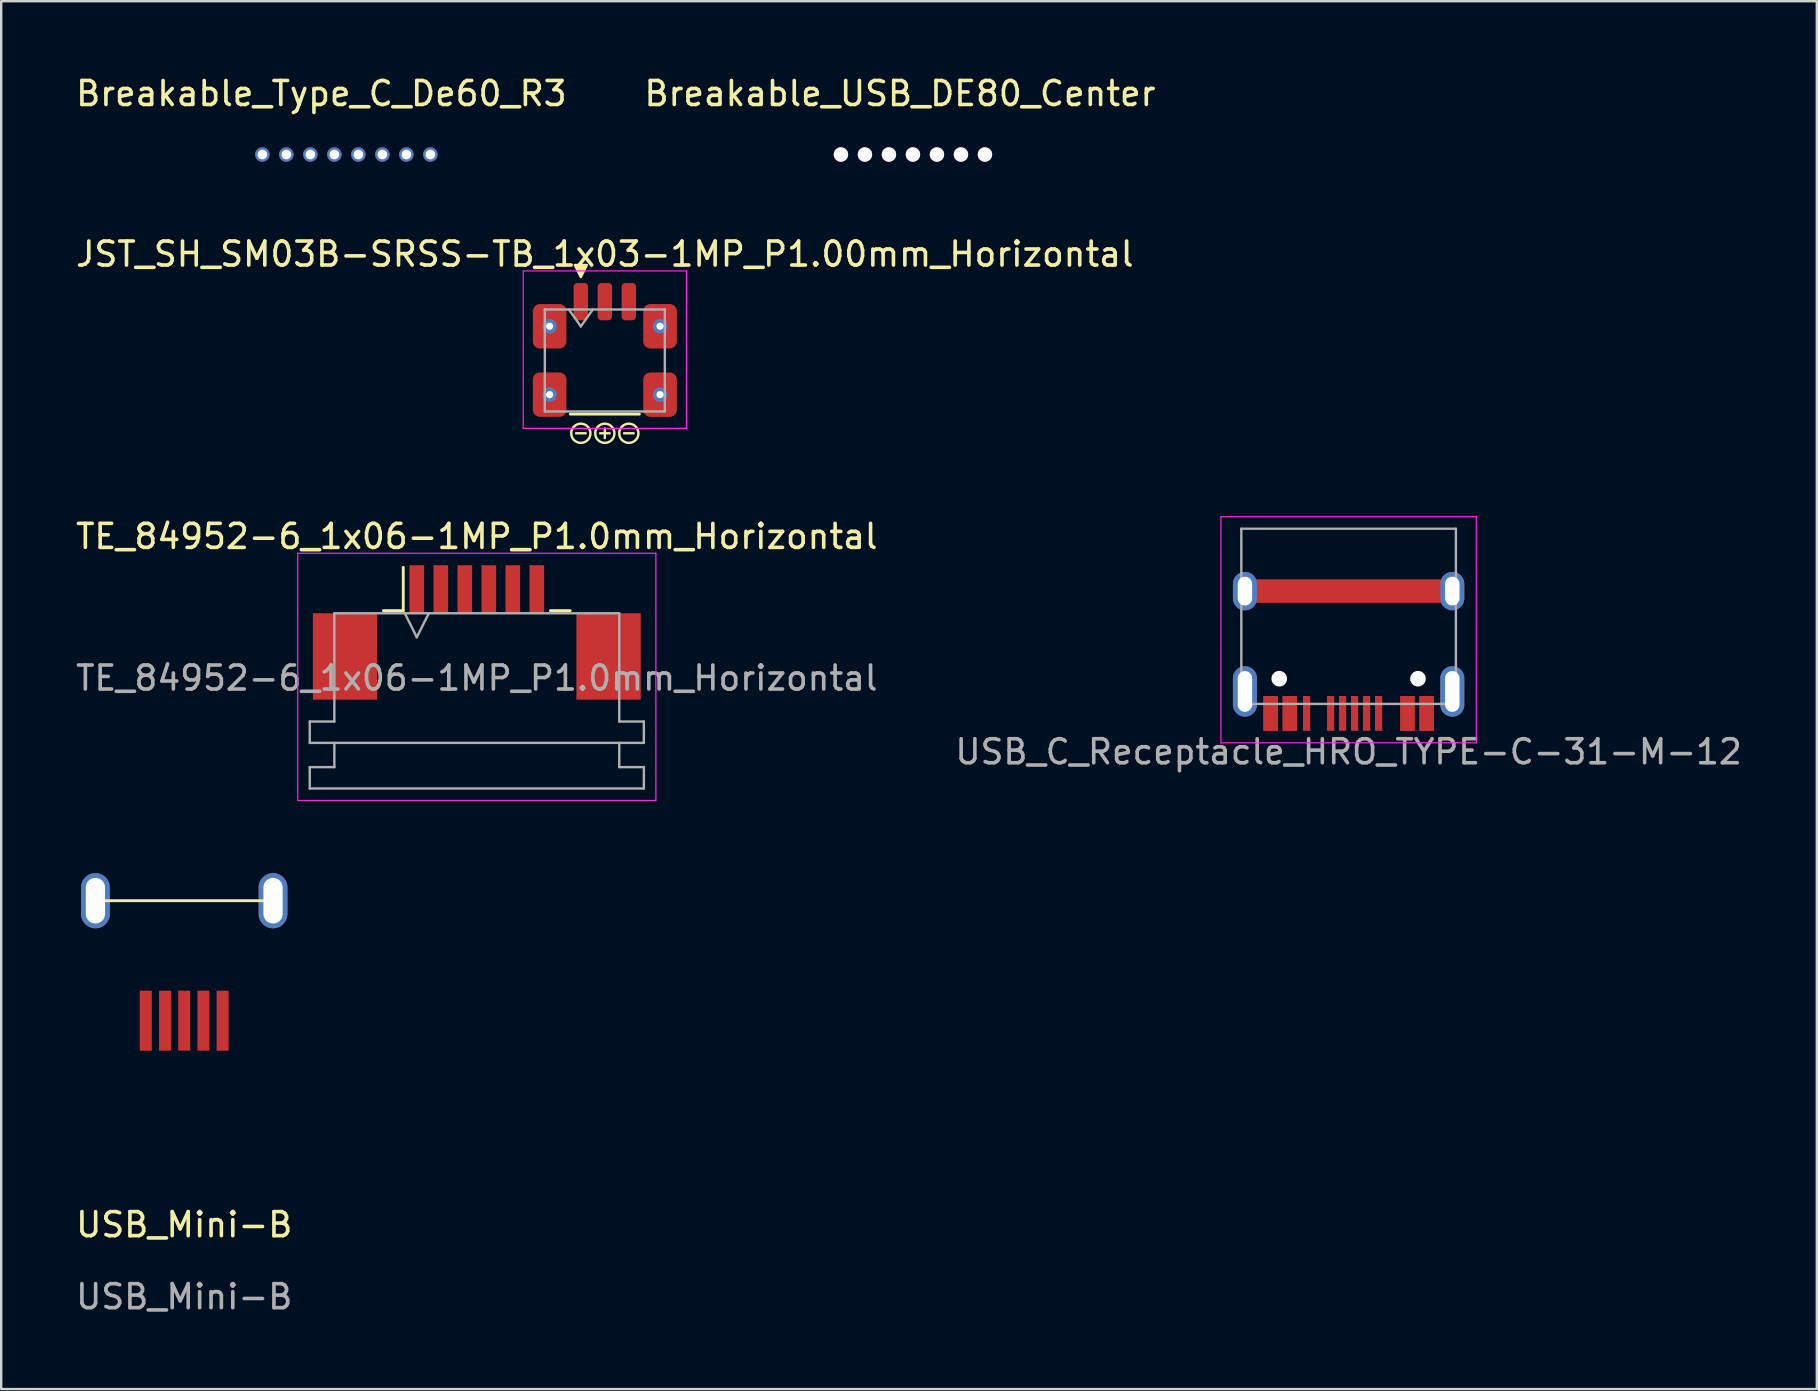
<source format=kicad_pcb>
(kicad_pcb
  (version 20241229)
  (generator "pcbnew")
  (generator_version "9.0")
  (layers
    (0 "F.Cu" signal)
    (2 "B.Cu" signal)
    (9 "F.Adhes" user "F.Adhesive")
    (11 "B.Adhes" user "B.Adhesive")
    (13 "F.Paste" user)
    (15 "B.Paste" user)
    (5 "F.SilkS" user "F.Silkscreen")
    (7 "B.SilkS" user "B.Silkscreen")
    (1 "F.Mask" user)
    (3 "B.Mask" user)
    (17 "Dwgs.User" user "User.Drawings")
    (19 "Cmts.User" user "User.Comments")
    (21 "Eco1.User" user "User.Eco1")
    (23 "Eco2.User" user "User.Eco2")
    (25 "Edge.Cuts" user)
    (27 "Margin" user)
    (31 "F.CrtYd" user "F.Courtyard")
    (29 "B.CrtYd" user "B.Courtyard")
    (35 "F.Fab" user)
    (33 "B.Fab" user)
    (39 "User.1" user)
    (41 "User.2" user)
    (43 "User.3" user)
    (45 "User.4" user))
  (footprint "USB_Mini-B"
    (layer "F.Cu")
    (at 4.625 34.475)
    (property "Reference" "USB_Mini-B" (at 0 13.5 0) (unlocked yes) (layer "F.SilkS") (effects (font (size 1 1) (thickness 0.15))))
    (attr through_hole)
    (fp_line (start 3.7 0) (end -3.7 0) (stroke (width 0.12) (type solid)) (layer "F.SilkS"))
    (fp_text user "${REFERENCE}" (at 0 16.5 0) (unlocked yes) (layer "F.Fab") (effects (font (size 1 1) (thickness 0.15))))
    (pad "1" smd rect (at -1.6 5) (size 0.5 2.5) (layers "F.Cu" "F.Mask" "F.Paste"))
    (pad "2" smd rect (at -0.8 5) (size 0.5 2.5) (layers "F.Cu" "F.Mask" "F.Paste"))
    (pad "3" smd rect (at 0 5) (size 0.5 2.5) (layers "F.Cu" "F.Mask" "F.Paste"))
    (pad "4" smd rect (at 0.8 5) (size 0.5 2.5) (layers "F.Cu" "F.Mask" "F.Paste"))
    (pad "5" smd rect (at 1.6 5) (size 0.5 2.5) (layers "F.Cu" "F.Mask" "F.Paste"))
    (pad "S1" thru_hole oval (at -3.7 0 180) (size 1.2 2.3) (drill oval 0.8 1.9) (layers "*.Cu" "B.Mask"))
    (pad "S1" thru_hole oval (at 3.7 0 180) (size 1.2 2.3) (drill oval 0.8 1.9) (layers "*.Cu" "B.Mask")))
  (footprint "JST_SH_SM03B-SRSS-TB_1x03-1MP_P1.00mm_Horizontal"
    (layer "F.Cu")
    (at 22.149 11.517)
    (property "Reference" "JST_SH_SM03B-SRSS-TB_1x03-1MP_P1.00mm_Horizontal" (at 0 -3.98 0) (layer "F.SilkS") (effects (font (size 1 1) (thickness 0.15))))
    (attr smd)
    (fp_line (start -1.44 2.685) (end 1.44 2.685) (stroke (width 0.12) (type solid)) (layer "F.SilkS"))
    (fp_line (start -1.2 3.485) (end -0.8 3.485) (stroke (width 0.1) (type default)) (layer "F.SilkS"))
    (fp_line (start -0.2 3.485) (end 0.2 3.485) (stroke (width 0.1) (type default)) (layer "F.SilkS"))
    (fp_line (start 0 3.285) (end 0 3.685) (stroke (width 0.1) (type default)) (layer "F.SilkS"))
    (fp_line (start 0.8 3.485) (end 1.2 3.485) (stroke (width 0.1) (type default)) (layer "F.SilkS"))
    (fp_circle (center -1 3.485) (end -1 3.085) (stroke (width 0.1) (type default)) (fill no) (layer "F.SilkS"))
    (fp_circle (center 0 3.485) (end 0 3.085) (stroke (width 0.1) (type default)) (fill no) (layer "F.SilkS"))
    (fp_circle (center 1 3.485) (end 1 3.085) (stroke (width 0.1) (type default)) (fill no) (layer "F.SilkS"))
    (fp_poly (pts (xy -1 -3.025) (xy -1.25 -3.525) (xy -0.75 -3.525)) (stroke (width 0.1) (type solid)) (fill yes) (layer "F.SilkS"))
    (fp_line (start -3.4 -3.28) (end -3.4 3.28) (stroke (width 0.05) (type solid)) (layer "F.CrtYd"))
    (fp_line (start -3.4 3.28) (end 3.4 3.28) (stroke (width 0.05) (type solid)) (layer "F.CrtYd"))
    (fp_line (start 3.4 -3.28) (end -3.4 -3.28) (stroke (width 0.05) (type solid)) (layer "F.CrtYd"))
    (fp_line (start 3.4 3.28) (end 3.4 -3.28) (stroke (width 0.05) (type solid)) (layer "F.CrtYd"))
    (fp_line (start -2.5 -1.675) (end -2.5 2.575) (stroke (width 0.1) (type solid)) (layer "F.Fab"))
    (fp_line (start -2.5 -1.675) (end 2.5 -1.675) (stroke (width 0.1) (type solid)) (layer "F.Fab"))
    (fp_line (start -2.5 2.575) (end 2.5 2.575) (stroke (width 0.1) (type solid)) (layer "F.Fab"))
    (fp_line (start -1.5 -1.675) (end -1 -0.968) (stroke (width 0.1) (type solid)) (layer "F.Fab"))
    (fp_line (start -1 -0.968) (end -0.5 -1.675) (stroke (width 0.1) (type solid)) (layer "F.Fab"))
    (fp_line (start 2.5 -1.675) (end 2.5 2.575) (stroke (width 0.1) (type solid)) (layer "F.Fab"))
    (pad "1" smd roundrect (at -1 -2) (size 0.6 1.55) (layers "F.Cu" "F.Mask" "F.Paste") (roundrect_rratio 0.25))
    (pad "2" smd roundrect (at 0 -2) (size 0.6 1.55) (layers "F.Cu" "F.Mask" "F.Paste") (roundrect_rratio 0.25))
    (pad "3" smd roundrect (at 1 -2) (size 0.6 1.55) (layers "F.Cu" "F.Mask" "F.Paste") (roundrect_rratio 0.25))
    (pad "MP" thru_hole circle (at -2.3 -0.975) (size 0.6 0.6) (drill 0.3) (layers "*.Cu"))
    (pad "MP" smd roundrect (at -2.3 -0.975 180) (size 1.4 1.85) (layers "F.Cu" "F.Mask" "F.Paste") (roundrect_rratio 0.208))
    (pad "MP" thru_hole circle (at -2.3 1.875) (size 0.6 0.6) (drill 0.3) (layers "*.Cu"))
    (pad "MP" smd roundrect (at -2.3 1.875 180) (size 1.4 1.85) (layers "F.Cu" "F.Mask" "F.Paste") (roundrect_rratio 0.208))
    (pad "MP" thru_hole circle (at 2.3 -0.975) (size 0.6 0.6) (drill 0.3) (layers "*.Cu"))
    (pad "MP" smd roundrect (at 2.3 -0.975 180) (size 1.4 1.85) (layers "F.Cu" "F.Mask" "F.Paste") (roundrect_rratio 0.208))
    (pad "MP" thru_hole circle (at 2.3 1.875) (size 0.6 0.6) (drill 0.3) (layers "*.Cu"))
    (pad "MP" smd roundrect (at 2.3 1.875 180) (size 1.4 1.85) (layers "F.Cu" "F.Mask" "F.Paste") (roundrect_rratio 0.208)))
  (footprint "USB_C_Receptacle_HRO_TYPE-C-31-M-12"
    (layer "F.Cu")
    (at 53.137 25.227)
    (property "Reference" "USB_C_Receptacle_HRO_TYPE-C-31-M-12" (at 0 3.045 180) (layer "F.Fab") (effects (font (size 1 1) (thickness 0.15))))
    (attr smd)
    (fp_line (start -5.32 2.67) (end -5.32 -6.75) (stroke (width 0.05) (type solid)) (layer "F.CrtYd"))
    (fp_line (start 5.32 -6.75) (end -5.32 -6.75) (stroke (width 0.05) (type solid)) (layer "F.CrtYd"))
    (fp_line (start 5.32 2.67) (end -5.32 2.67) (stroke (width 0.05) (type solid)) (layer "F.CrtYd"))
    (fp_line (start 5.32 2.67) (end 5.32 -6.75) (stroke (width 0.05) (type solid)) (layer "F.CrtYd"))
    (fp_line (start -4.47 1.05) (end -4.47 -6.25) (stroke (width 0.1) (type solid)) (layer "F.Fab"))
    (fp_line (start 4.47 -6.25) (end -4.47 -6.25) (stroke (width 0.1) (type solid)) (layer "F.Fab"))
    (fp_line (start 4.47 1.05) (end -4.47 1.05) (stroke (width 0.1) (type solid)) (layer "F.Fab"))
    (fp_line (start 4.47 1.05) (end 4.47 -6.25) (stroke (width 0.1) (type solid)) (layer "F.Fab"))
    (pad "" np_thru_hole circle (at -2.89 0 180) (size 0.65 0.65) (drill 0.65) (layers "*.Cu" "*.Mask"))
    (pad "" np_thru_hole circle (at 2.89 0 180) (size 0.65 0.65) (drill 0.65) (layers "*.Cu" "*.Mask"))
    (pad "A1" smd rect (at 3.25 1.445 180) (size 0.6 1.45) (layers "F.Cu" "F.Mask" "F.Paste"))
    (pad "A4" smd rect (at 2.45 1.445 180) (size 0.6 1.45) (layers "F.Cu" "F.Mask" "F.Paste"))
    (pad "A5" smd rect (at 1.25 1.445 180) (size 0.3 1.45) (layers "F.Cu" "F.Mask" "F.Paste"))
    (pad "A6" smd rect (at 0.25 1.445 180) (size 0.3 1.45) (layers "F.Cu" "F.Mask" "F.Paste"))
    (pad "A7" smd rect (at -0.25 1.445 180) (size 0.3 1.45) (layers "F.Cu" "F.Mask" "F.Paste"))
    (pad "A9" smd rect (at -2.45 1.445 180) (size 0.6 1.45) (layers "F.Cu" "F.Mask" "F.Paste"))
    (pad "A12" smd rect (at -3.25 1.445 180) (size 0.6 1.45) (layers "F.Cu" "F.Mask" "F.Paste"))
    (pad "B1" smd rect (at -3.25 1.445 180) (size 0.6 1.45) (layers "F.Cu" "F.Mask" "F.Paste"))
    (pad "B4" smd rect (at -2.45 1.445 180) (size 0.6 1.45) (layers "F.Cu" "F.Mask" "F.Paste"))
    (pad "B5" smd rect (at -1.75 1.445 180) (size 0.3 1.45) (layers "F.Cu" "F.Mask" "F.Paste"))
    (pad "B6" smd rect (at -0.75 1.445 180) (size 0.3 1.45) (layers "F.Cu" "F.Mask" "F.Paste"))
    (pad "B7" smd rect (at 0.75 1.445 180) (size 0.3 1.45) (layers "F.Cu" "F.Mask" "F.Paste"))
    (pad "B9" smd rect (at 2.45 1.445 180) (size 0.6 1.45) (layers "F.Cu" "F.Mask" "F.Paste"))
    (pad "B12" smd rect (at 3.25 1.445 180) (size 0.6 1.45) (layers "F.Cu" "F.Mask" "F.Paste"))
    (pad "S1" thru_hole oval (at -4.32 -3.65 180) (size 1 1.6) (drill oval 0.6 1.2) (layers "*.Cu" "*.Mask"))
    (pad "S1" thru_hole oval (at -4.32 0.53 180) (size 1 2.1) (drill oval 0.6 1.7) (layers "*.Cu" "*.Mask"))
    (pad "S1" smd rect (at 0 -3.65) (size 8.64 0.981) (layers "F.Cu" "F.Mask"))
    (pad "S1" thru_hole oval (at 4.32 -3.65 180) (size 1 1.6) (drill oval 0.6 1.2) (layers "*.Cu" "*.Mask"))
    (pad "S1" thru_hole oval (at 4.32 0.53 180) (size 1 2.1) (drill oval 0.6 1.7) (layers "*.Cu" "*.Mask")))
  (footprint "TE_84952-6_1x06-1MP_P1.0mm_Horizontal"
    (layer "F.Cu")
    (at 16.815 23.3)
    (property "Reference" "TE_84952-6_1x06-1MP_P1.0mm_Horizontal" (at 0 -4 180) (layer "F.SilkS") (effects (font (size 1 1) (thickness 0.15))))
    (attr smd)
    (fp_line (start -3.89 -0.91) (end -3.065 -0.91) (stroke (width 0.12) (type solid)) (layer "F.SilkS"))
    (fp_line (start -3.065 -0.91) (end -3.065 -2.71) (stroke (width 0.12) (type solid)) (layer "F.SilkS"))
    (fp_line (start 3.065 -0.91) (end 3.89 -0.91) (stroke (width 0.12) (type solid)) (layer "F.SilkS"))
    (fp_line (start -7.46 -3.3) (end -7.46 7) (stroke (width 0.05) (type solid)) (layer "F.CrtYd"))
    (fp_line (start -7.46 7) (end 7.46 7) (stroke (width 0.05) (type solid)) (layer "F.CrtYd"))
    (fp_line (start 7.46 -3.3) (end -7.46 -3.3) (stroke (width 0.05) (type solid)) (layer "F.CrtYd"))
    (fp_line (start 7.46 7) (end 7.46 -3.3) (stroke (width 0.05) (type solid)) (layer "F.CrtYd"))
    (fp_line (start -6.96 3.71) (end -5.935 3.71) (stroke (width 0.1) (type solid)) (layer "F.Fab"))
    (fp_line (start -6.96 4.6) (end -6.96 3.71) (stroke (width 0.1) (type solid)) (layer "F.Fab"))
    (fp_line (start -6.96 5.61) (end -5.935 5.61) (stroke (width 0.1) (type solid)) (layer "F.Fab"))
    (fp_line (start -6.96 6.5) (end -6.96 5.61) (stroke (width 0.1) (type solid)) (layer "F.Fab"))
    (fp_line (start -5.935 -0.8) (end 5.935 -0.8) (stroke (width 0.1) (type solid)) (layer "F.Fab"))
    (fp_line (start -5.935 3.71) (end -5.935 -0.8) (stroke (width 0.1) (type solid)) (layer "F.Fab"))
    (fp_line (start -5.935 5.61) (end -5.935 4.6) (stroke (width 0.1) (type solid)) (layer "F.Fab"))
    (fp_line (start -3 -0.8) (end -2.5 0.2) (stroke (width 0.1) (type solid)) (layer "F.Fab"))
    (fp_line (start -2.5 0.2) (end -2 -0.8) (stroke (width 0.1) (type solid)) (layer "F.Fab"))
    (fp_line (start 5.935 -0.8) (end 5.935 3.71) (stroke (width 0.1) (type solid)) (layer "F.Fab"))
    (fp_line (start 5.935 3.71) (end 6.96 3.71) (stroke (width 0.1) (type solid)) (layer "F.Fab"))
    (fp_line (start 5.935 4.6) (end 5.935 5.61) (stroke (width 0.1) (type solid)) (layer "F.Fab"))
    (fp_line (start 5.935 5.61) (end 6.96 5.61) (stroke (width 0.1) (type solid)) (layer "F.Fab"))
    (fp_line (start 6.96 3.71) (end 6.96 4.6) (stroke (width 0.1) (type solid)) (layer "F.Fab"))
    (fp_line (start 6.96 4.6) (end -6.96 4.6) (stroke (width 0.1) (type solid)) (layer "F.Fab"))
    (fp_line (start 6.96 5.61) (end 6.96 6.5) (stroke (width 0.1) (type solid)) (layer "F.Fab"))
    (fp_line (start 6.96 6.5) (end -6.96 6.5) (stroke (width 0.1) (type solid)) (layer "F.Fab"))
    (fp_text user "${REFERENCE}" (at 0 1.9 180) (layer "F.Fab") (effects (font (size 1 1) (thickness 0.15))))
    (pad "1" smd rect (at -2.5 -1.8) (size 0.61 2) (layers "F.Cu" "F.Mask" "F.Paste"))
    (pad "2" smd rect (at -1.5 -1.8) (size 0.61 2) (layers "F.Cu" "F.Mask" "F.Paste"))
    (pad "3" smd rect (at -0.5 -1.8) (size 0.61 2) (layers "F.Cu" "F.Mask" "F.Paste"))
    (pad "4" smd rect (at 0.5 -1.8) (size 0.61 2) (layers "F.Cu" "F.Mask" "F.Paste"))
    (pad "5" smd rect (at 1.5 -1.8) (size 0.61 2) (layers "F.Cu" "F.Mask" "F.Paste"))
    (pad "6" smd rect (at 2.5 -1.8) (size 0.61 2) (layers "F.Cu" "F.Mask" "F.Paste"))
    (pad "MP" smd rect (at -5.49 1) (size 2.68 3.6) (layers "F.Cu" "F.Mask" "F.Paste"))
    (pad "MP" smd rect (at 5.49 1) (size 2.68 3.6) (layers "F.Cu" "F.Mask" "F.Paste")))
  (footprint "Breakable_Type_C_De60_R3"
    (layer "F.Cu")
    (at 11.379 3.388)
    (property "Reference" "Breakable_Type_C_De60_R3" (at -1.04 -2.54 0) (unlocked yes) (layer "F.SilkS") (effects (font (size 1 1) (thickness 0.15))))
    (attr through_hole)
    (pad "1" thru_hole circle (at -3.5 0) (size 0.6 0.6) (drill 0.4) (layers "*.Cu" "*.Mask"))
    (pad "2" thru_hole circle (at -2.5 0) (size 0.6 0.6) (drill 0.4) (layers "*.Cu" "*.Mask"))
    (pad "3" thru_hole circle (at -1.5 0) (size 0.6 0.6) (drill 0.4) (layers "*.Cu" "*.Mask"))
    (pad "4" thru_hole circle (at -0.5 0) (size 0.6 0.6) (drill 0.4) (layers "*.Cu" "*.Mask"))
    (pad "5" thru_hole circle (at 0.5 0) (size 0.6 0.6) (drill 0.4) (layers "*.Cu" "*.Mask"))
    (pad "6" thru_hole circle (at 1.5 0) (size 0.6 0.6) (drill 0.4) (layers "*.Cu" "*.Mask"))
    (pad "7" thru_hole circle (at 2.5 0) (size 0.6 0.6) (drill 0.4) (layers "*.Cu" "*.Mask"))
    (pad "8" thru_hole circle (at 3.5 0) (size 0.6 0.6) (drill 0.4) (layers "*.Cu" "*.Mask")))
  (footprint "Breakable_USB_DE80_Center"
    (layer "F.Cu")
    (at 34.986 3.388)
    (property "Reference" "Breakable_USB_DE80_Center" (at -0.54 -2.54 0) (unlocked yes) (layer "F.SilkS") (effects (font (size 1 1) (thickness 0.15))))
    (attr through_hole)
    (pad "1" thru_hole circle (at -3 0) (size 0.6 0.6) (drill 0.6) (layers "*.Cu" "*.Mask"))
    (pad "2" thru_hole circle (at -2 0) (size 0.6 0.6) (drill 0.6) (layers "*.Cu" "*.Mask"))
    (pad "3" thru_hole circle (at -1 0) (size 0.6 0.6) (drill 0.6) (layers "*.Cu" "*.Mask"))
    (pad "4" thru_hole circle (at 0 0) (size 0.6 0.6) (drill 0.6) (layers "*.Cu" "*.Mask"))
    (pad "5" thru_hole circle (at 1 0) (size 0.6 0.6) (drill 0.6) (layers "*.Cu" "*.Mask"))
    (pad "6" thru_hole circle (at 2 0) (size 0.6 0.6) (drill 0.6) (layers "*.Cu" "*.Mask"))
    (pad "7" thru_hole circle (at 3 0) (size 0.6 0.6) (drill 0.6) (layers "*.Cu" "*.Mask")))
  (gr_rect
    (start -3 -3)
    (end 72.643 54.823)
    (stroke (width 0.1) (type default))
    (fill no)
    (layer "Edge.Cuts")))
</source>
